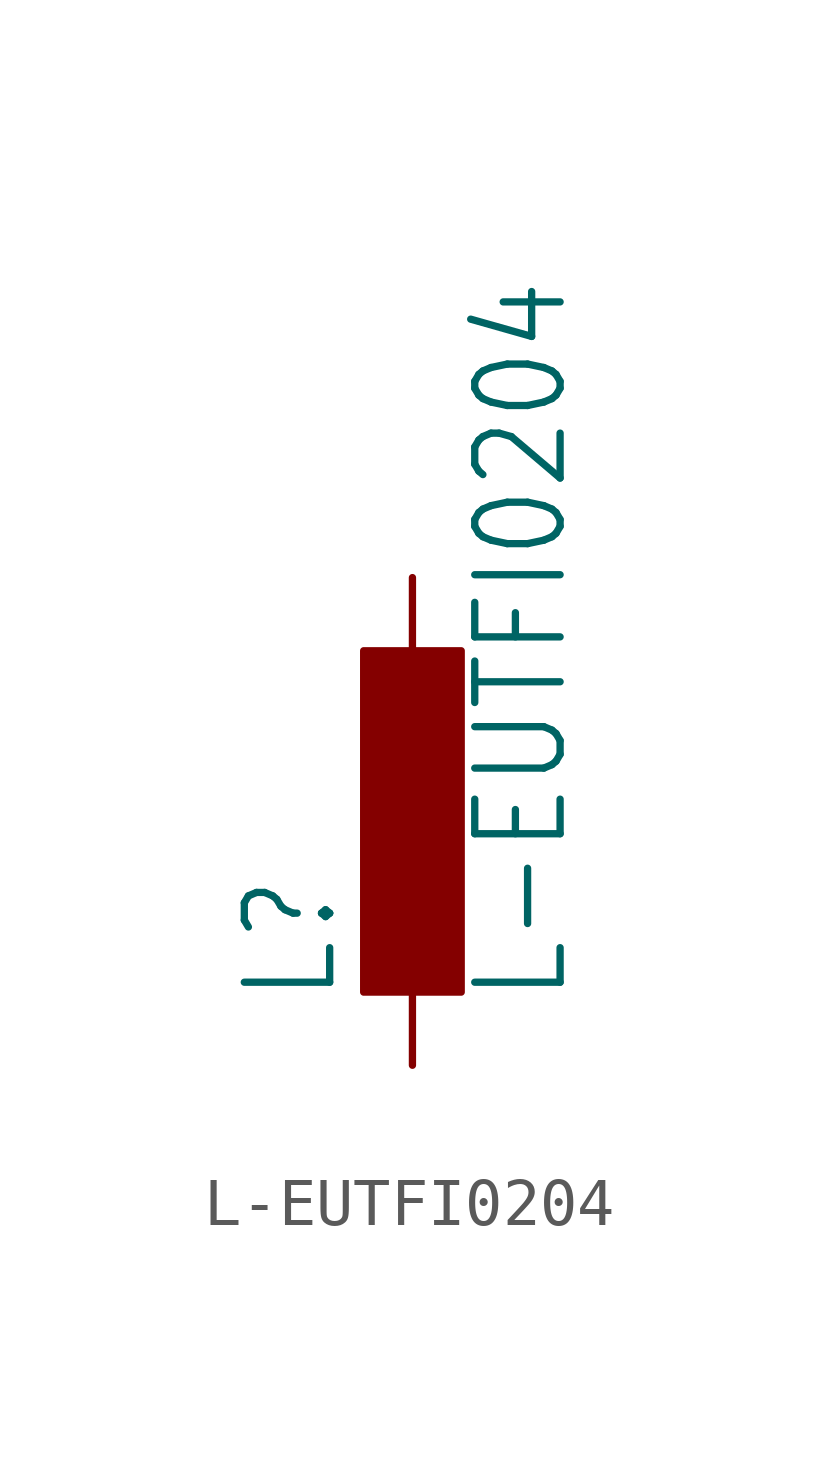
<source format=kicad_sym>
(kicad_symbol_lib
  (version 20211014)
  (generator kicad_symbol_editor)
  (symbol "L-EUTFI0204"
    (property "Reference" "L"
      (at -1.499 -3.81 90)
      (effects (font (size 1.778 1.511)) (justify left bottom)))
    (property "Value" "L-EUTFI0204"
      (at 3.302 -3.81 90)
      (effects (font (size 1.778 1.511)) (justify left bottom)))
    (property "ki_locked" ""
      (at 0 0 0)
      (effects (font (size 1.27 1.27))))
    (symbol "L-EUTFI0204_1_0"
      (rectangle (start -1.016 -3.556) (end 1.016 3.556) (stroke (width 0) (type default) (color 0 0 0 0)) (fill (type outline)))
      (pin passive line (at 0 5.08 270) (length 2.54) (name "1" (effects (font (size 0 0)))) (number "1" (effects (font (size 0 0)))))
      (pin passive line (at 0 -5.08 90) (length 2.54) (name "2" (effects (font (size 0 0)))) (number "2" (effects (font (size 0 0))))))))
</source>
